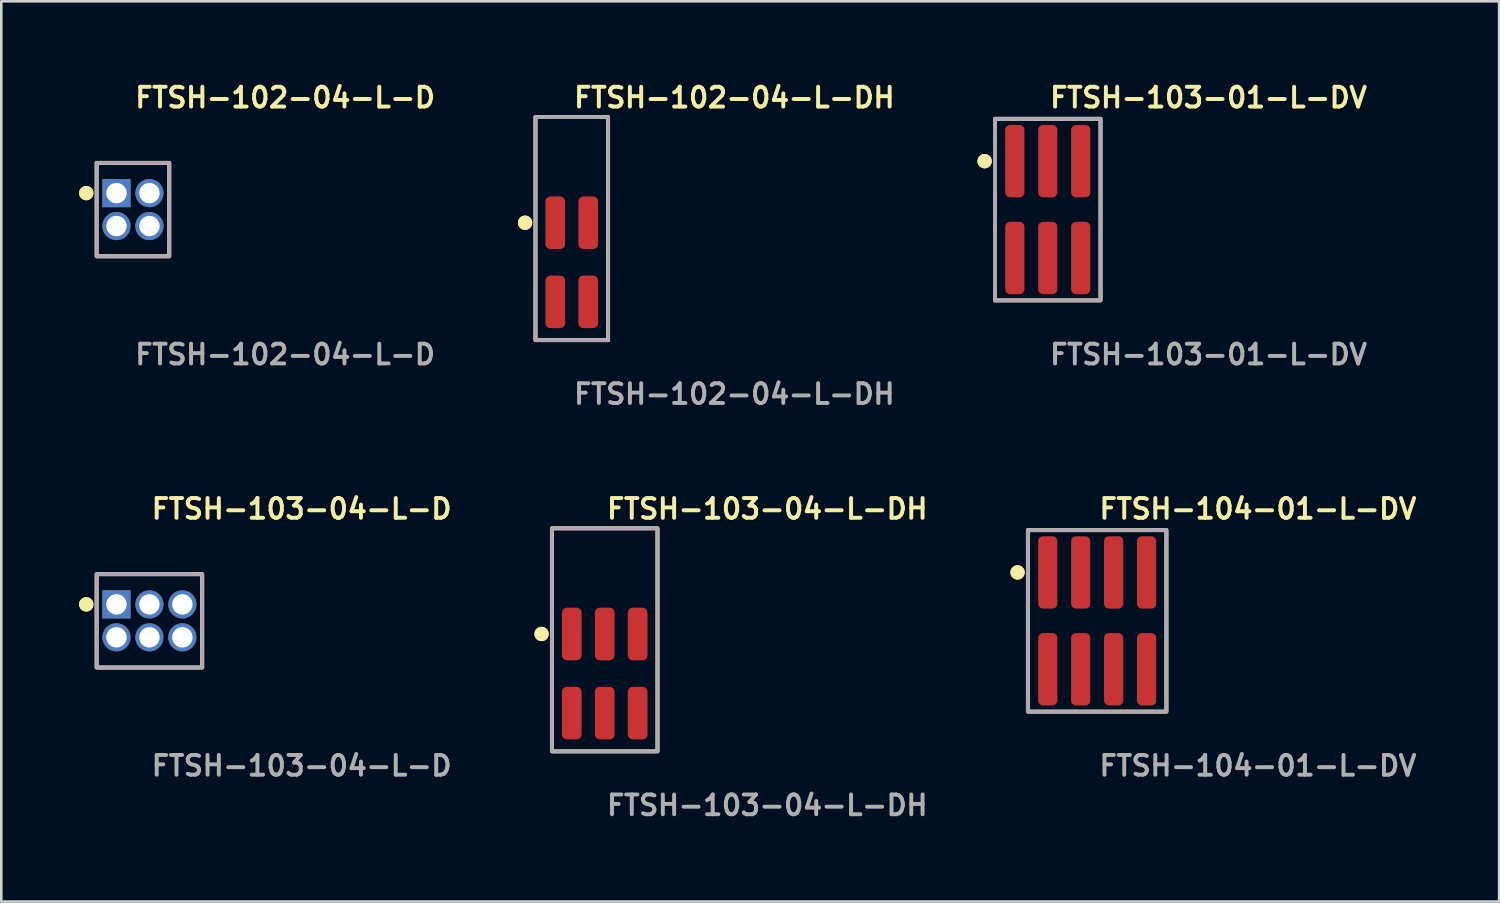
<source format=kicad_pcb>
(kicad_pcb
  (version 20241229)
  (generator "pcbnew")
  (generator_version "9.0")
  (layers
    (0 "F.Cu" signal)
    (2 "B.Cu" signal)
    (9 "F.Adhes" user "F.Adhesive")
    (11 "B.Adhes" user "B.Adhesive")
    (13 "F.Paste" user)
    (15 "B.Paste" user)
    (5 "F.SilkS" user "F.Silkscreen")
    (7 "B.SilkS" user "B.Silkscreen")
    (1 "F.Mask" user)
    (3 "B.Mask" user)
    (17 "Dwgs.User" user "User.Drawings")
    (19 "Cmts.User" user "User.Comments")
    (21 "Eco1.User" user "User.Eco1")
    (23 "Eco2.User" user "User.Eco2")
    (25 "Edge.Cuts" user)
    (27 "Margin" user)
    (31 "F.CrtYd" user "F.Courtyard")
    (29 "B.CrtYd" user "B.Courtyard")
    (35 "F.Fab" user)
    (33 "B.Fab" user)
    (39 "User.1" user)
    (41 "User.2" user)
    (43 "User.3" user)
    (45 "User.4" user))
  (footprint "FTSH-102-04-L-DH"
    (layer "F.Cu")
    (at 18.996 7.063)
    (property "Reference" "FTSH-102-04-L-DH" (at 0 -6.35 0) (unlocked yes) (layer "F.SilkS") (effects (font (size 0.762 0.762) (thickness 0.152)) (justify left)))
    (fp_rect (start -1.4 3) (end 1.4 -5.6) (stroke (width 0.152) (type solid)) (fill no) (layer "F.SilkS"))
    (fp_circle (center -1.8 -1.525) (end -2 -1.525) (stroke (width 0.152) (type solid)) (fill yes) (layer "F.SilkS"))
    (fp_circle (center -1.8 -1.525) (end -2 -1.525) (stroke (width 0.152) (type solid)) (fill yes) (layer "F.SilkS"))
    (fp_rect (start -1.4 3) (end 1.4 -5.6) (stroke (width 0.006) (type solid)) (fill no) (layer "F.CrtYd"))
    (fp_rect (start -1.4 3) (end 1.4 -5.6) (stroke (width 0.152) (type solid)) (fill no) (layer "F.Fab"))
    (fp_text user "${REFERENCE}" (at 0 5.08 0) (unlocked yes) (layer "F.Fab") (effects (font (size 0.762 0.762) (thickness 0.152)) (justify left)))
    (pad "1" smd roundrect (at -0.635 -1.525) (size 0.76 2.03) (layers "F.Cu" "F.Paste") (roundrect_rratio 0.25))
    (pad "2" smd roundrect (at -0.635 1.525) (size 0.76 2.03) (layers "F.Cu" "F.Paste") (roundrect_rratio 0.25))
    (pad "3" smd roundrect (at 0.635 -1.525) (size 0.76 2.03) (layers "F.Cu" "F.Paste") (roundrect_rratio 0.25))
    (pad "4" smd roundrect (at 0.635 1.525) (size 0.76 2.03) (layers "F.Cu" "F.Paste") (roundrect_rratio 0.25)))
  (footprint "FTSH-104-01-L-DV"
    (layer "F.Cu")
    (at 39.254 20.888)
    (property "Reference" "FTSH-104-01-L-DV" (at 0 -4.318 0) (unlocked yes) (layer "F.SilkS") (effects (font (size 0.762 0.762) (thickness 0.152)) (justify left)))
    (fp_rect (start -2.67 3.5) (end 2.67 -3.5) (stroke (width 0.152) (type solid)) (fill no) (layer "F.SilkS"))
    (fp_circle (center -3.07 -1.867) (end -3.27 -1.867) (stroke (width 0.152) (type solid)) (fill yes) (layer "F.SilkS"))
    (fp_circle (center -3.07 -1.867) (end -3.27 -1.867) (stroke (width 0.152) (type solid)) (fill yes) (layer "F.SilkS"))
    (fp_rect (start -2.67 3.5) (end 2.67 -3.5) (stroke (width 0.006) (type solid)) (fill no) (layer "F.CrtYd"))
    (fp_rect (start -2.67 3.5) (end 2.67 -3.5) (stroke (width 0.152) (type solid)) (fill no) (layer "F.Fab"))
    (fp_text user "${REFERENCE}" (at 0 5.588 0) (unlocked yes) (layer "F.Fab") (effects (font (size 0.762 0.762) (thickness 0.152)) (justify left)))
    (pad "1" smd roundrect (at -1.905 -1.867) (size 0.74 2.79) (layers "F.Cu" "F.Paste") (roundrect_rratio 0.25))
    (pad "2" smd roundrect (at -1.905 1.867) (size 0.74 2.79) (layers "F.Cu" "F.Paste") (roundrect_rratio 0.25))
    (pad "3" smd roundrect (at -0.635 -1.867) (size 0.74 2.79) (layers "F.Cu" "F.Paste") (roundrect_rratio 0.25))
    (pad "4" smd roundrect (at -0.635 1.867) (size 0.74 2.79) (layers "F.Cu" "F.Paste") (roundrect_rratio 0.25))
    (pad "5" smd roundrect (at 0.635 -1.867) (size 0.74 2.79) (layers "F.Cu" "F.Paste") (roundrect_rratio 0.25))
    (pad "6" smd roundrect (at 0.635 1.867) (size 0.74 2.79) (layers "F.Cu" "F.Paste") (roundrect_rratio 0.25))
    (pad "7" smd roundrect (at 1.905 -1.867) (size 0.74 2.79) (layers "F.Cu" "F.Paste") (roundrect_rratio 0.25))
    (pad "8" smd roundrect (at 1.905 1.867) (size 0.74 2.79) (layers "F.Cu" "F.Paste") (roundrect_rratio 0.25)))
  (footprint "FTSH-103-01-L-DV"
    (layer "F.Cu")
    (at 37.349 5.031)
    (property "Reference" "FTSH-103-01-L-DV" (at 0 -4.318 0) (unlocked yes) (layer "F.SilkS") (effects (font (size 0.762 0.762) (thickness 0.152)) (justify left)))
    (fp_rect (start -2.035 3.5) (end 2.035 -3.5) (stroke (width 0.152) (type solid)) (fill no) (layer "F.SilkS"))
    (fp_circle (center -2.435 -1.867) (end -2.635 -1.867) (stroke (width 0.152) (type solid)) (fill yes) (layer "F.SilkS"))
    (fp_circle (center -2.435 -1.867) (end -2.635 -1.867) (stroke (width 0.152) (type solid)) (fill yes) (layer "F.SilkS"))
    (fp_rect (start -2.035 3.5) (end 2.035 -3.5) (stroke (width 0.006) (type solid)) (fill no) (layer "F.CrtYd"))
    (fp_rect (start -2.035 3.5) (end 2.035 -3.5) (stroke (width 0.152) (type solid)) (fill no) (layer "F.Fab"))
    (fp_text user "${REFERENCE}" (at 0 5.588 0) (unlocked yes) (layer "F.Fab") (effects (font (size 0.762 0.762) (thickness 0.152)) (justify left)))
    (pad "1" smd roundrect (at -1.27 -1.867) (size 0.74 2.79) (layers "F.Cu" "F.Paste") (roundrect_rratio 0.25))
    (pad "2" smd roundrect (at -1.27 1.867) (size 0.74 2.79) (layers "F.Cu" "F.Paste") (roundrect_rratio 0.25))
    (pad "3" smd roundrect (at 0 -1.867) (size 0.74 2.79) (layers "F.Cu" "F.Paste") (roundrect_rratio 0.25))
    (pad "4" smd roundrect (at 0 1.867) (size 0.74 2.79) (layers "F.Cu" "F.Paste") (roundrect_rratio 0.25))
    (pad "5" smd roundrect (at 1.27 -1.867) (size 0.74 2.79) (layers "F.Cu" "F.Paste") (roundrect_rratio 0.25))
    (pad "6" smd roundrect (at 1.27 1.867) (size 0.74 2.79) (layers "F.Cu" "F.Paste") (roundrect_rratio 0.25)))
  (footprint "FTSH-103-04-L-DH"
    (layer "F.Cu")
    (at 20.266 22.92)
    (property "Reference" "FTSH-103-04-L-DH" (at 0 -6.35 0) (unlocked yes) (layer "F.SilkS") (effects (font (size 0.762 0.762) (thickness 0.152)) (justify left)))
    (fp_rect (start -2.035 3) (end 2.035 -5.6) (stroke (width 0.152) (type solid)) (fill no) (layer "F.SilkS"))
    (fp_circle (center -2.435 -1.525) (end -2.635 -1.525) (stroke (width 0.152) (type solid)) (fill yes) (layer "F.SilkS"))
    (fp_circle (center -2.435 -1.525) (end -2.635 -1.525) (stroke (width 0.152) (type solid)) (fill yes) (layer "F.SilkS"))
    (fp_rect (start -2.035 3) (end 2.035 -5.6) (stroke (width 0.006) (type solid)) (fill no) (layer "F.CrtYd"))
    (fp_rect (start -2.035 3) (end 2.035 -5.6) (stroke (width 0.152) (type solid)) (fill no) (layer "F.Fab"))
    (fp_text user "${REFERENCE}" (at 0 5.08 0) (unlocked yes) (layer "F.Fab") (effects (font (size 0.762 0.762) (thickness 0.152)) (justify left)))
    (pad "1" smd roundrect (at -1.27 -1.525) (size 0.76 2.03) (layers "F.Cu" "F.Paste") (roundrect_rratio 0.25))
    (pad "2" smd roundrect (at -1.27 1.525) (size 0.76 2.03) (layers "F.Cu" "F.Paste") (roundrect_rratio 0.25))
    (pad "3" smd roundrect (at 0 -1.525) (size 0.76 2.03) (layers "F.Cu" "F.Paste") (roundrect_rratio 0.25))
    (pad "4" smd roundrect (at 0 1.525) (size 0.76 2.03) (layers "F.Cu" "F.Paste") (roundrect_rratio 0.25))
    (pad "5" smd roundrect (at 1.27 -1.525) (size 0.76 2.03) (layers "F.Cu" "F.Paste") (roundrect_rratio 0.25))
    (pad "6" smd roundrect (at 1.27 1.525) (size 0.76 2.03) (layers "F.Cu" "F.Paste") (roundrect_rratio 0.25)))
  (footprint "FTSH-103-04-L-D"
    (layer "F.Cu")
    (at 2.711 20.888)
    (property "Reference" "FTSH-103-04-L-D" (at 0 -4.318 0) (unlocked yes) (layer "F.SilkS") (effects (font (size 0.762 0.762) (thickness 0.152)) (justify left)))
    (fp_rect (start -2.035 1.8) (end 2.035 -1.8) (stroke (width 0.152) (type solid)) (fill no) (layer "F.SilkS"))
    (fp_circle (center -2.435 -0.635) (end -2.635 -0.635) (stroke (width 0.152) (type solid)) (fill yes) (layer "F.SilkS"))
    (fp_circle (center -2.435 -0.635) (end -2.635 -0.635) (stroke (width 0.152) (type solid)) (fill yes) (layer "F.SilkS"))
    (fp_rect (start -2.035 1.8) (end 2.035 -1.8) (stroke (width 0.006) (type solid)) (fill no) (layer "F.CrtYd"))
    (fp_rect (start -2.035 1.8) (end 2.035 -1.8) (stroke (width 0.152) (type solid)) (fill no) (layer "F.Fab"))
    (fp_text user "${REFERENCE}" (at 0 5.588 0) (unlocked yes) (layer "F.Fab") (effects (font (size 0.762 0.762) (thickness 0.152)) (justify left)))
    (pad "1" thru_hole rect (at -1.27 -0.635) (size 1.087 1.087) (drill 0.787) (layers "*.Cu" "*.Mask"))
    (pad "2" thru_hole circle (at -1.27 0.635) (size 1.087 1.087) (drill 0.787) (layers "*.Cu" "*.Mask"))
    (pad "3" thru_hole circle (at 0 -0.635) (size 1.087 1.087) (drill 0.787) (layers "*.Cu" "*.Mask"))
    (pad "4" thru_hole circle (at 0 0.635) (size 1.087 1.087) (drill 0.787) (layers "*.Cu" "*.Mask"))
    (pad "5" thru_hole circle (at 1.27 -0.635) (size 1.087 1.087) (drill 0.787) (layers "*.Cu" "*.Mask"))
    (pad "6" thru_hole circle (at 1.27 0.635) (size 1.087 1.087) (drill 0.787) (layers "*.Cu" "*.Mask")))
  (footprint "FTSH-102-04-L-D"
    (layer "F.Cu")
    (at 2.076 5.031)
    (property "Reference" "FTSH-102-04-L-D" (at 0 -4.318 0) (unlocked yes) (layer "F.SilkS") (effects (font (size 0.762 0.762) (thickness 0.152)) (justify left)))
    (fp_rect (start -1.4 1.8) (end 1.4 -1.8) (stroke (width 0.152) (type solid)) (fill no) (layer "F.SilkS"))
    (fp_circle (center -1.8 -0.635) (end -2 -0.635) (stroke (width 0.152) (type solid)) (fill yes) (layer "F.SilkS"))
    (fp_circle (center -1.8 -0.635) (end -2 -0.635) (stroke (width 0.152) (type solid)) (fill yes) (layer "F.SilkS"))
    (fp_rect (start -1.4 1.8) (end 1.4 -1.8) (stroke (width 0.006) (type solid)) (fill no) (layer "F.CrtYd"))
    (fp_rect (start -1.4 1.8) (end 1.4 -1.8) (stroke (width 0.152) (type solid)) (fill no) (layer "F.Fab"))
    (fp_text user "${REFERENCE}" (at 0 5.588 0) (unlocked yes) (layer "F.Fab") (effects (font (size 0.762 0.762) (thickness 0.152)) (justify left)))
    (pad "1" thru_hole rect (at -0.635 -0.635) (size 1.087 1.087) (drill 0.787) (layers "*.Cu" "*.Mask"))
    (pad "2" thru_hole circle (at -0.635 0.635) (size 1.087 1.087) (drill 0.787) (layers "*.Cu" "*.Mask"))
    (pad "3" thru_hole circle (at 0.635 -0.635) (size 1.087 1.087) (drill 0.787) (layers "*.Cu" "*.Mask"))
    (pad "4" thru_hole circle (at 0.635 0.635) (size 1.087 1.087) (drill 0.787) (layers "*.Cu" "*.Mask")))
  (gr_rect
    (start -3 -3)
    (end 54.751 31.713)
    (stroke (width 0.1) (type default))
    (fill no)
    (layer "Edge.Cuts")))
</source>
